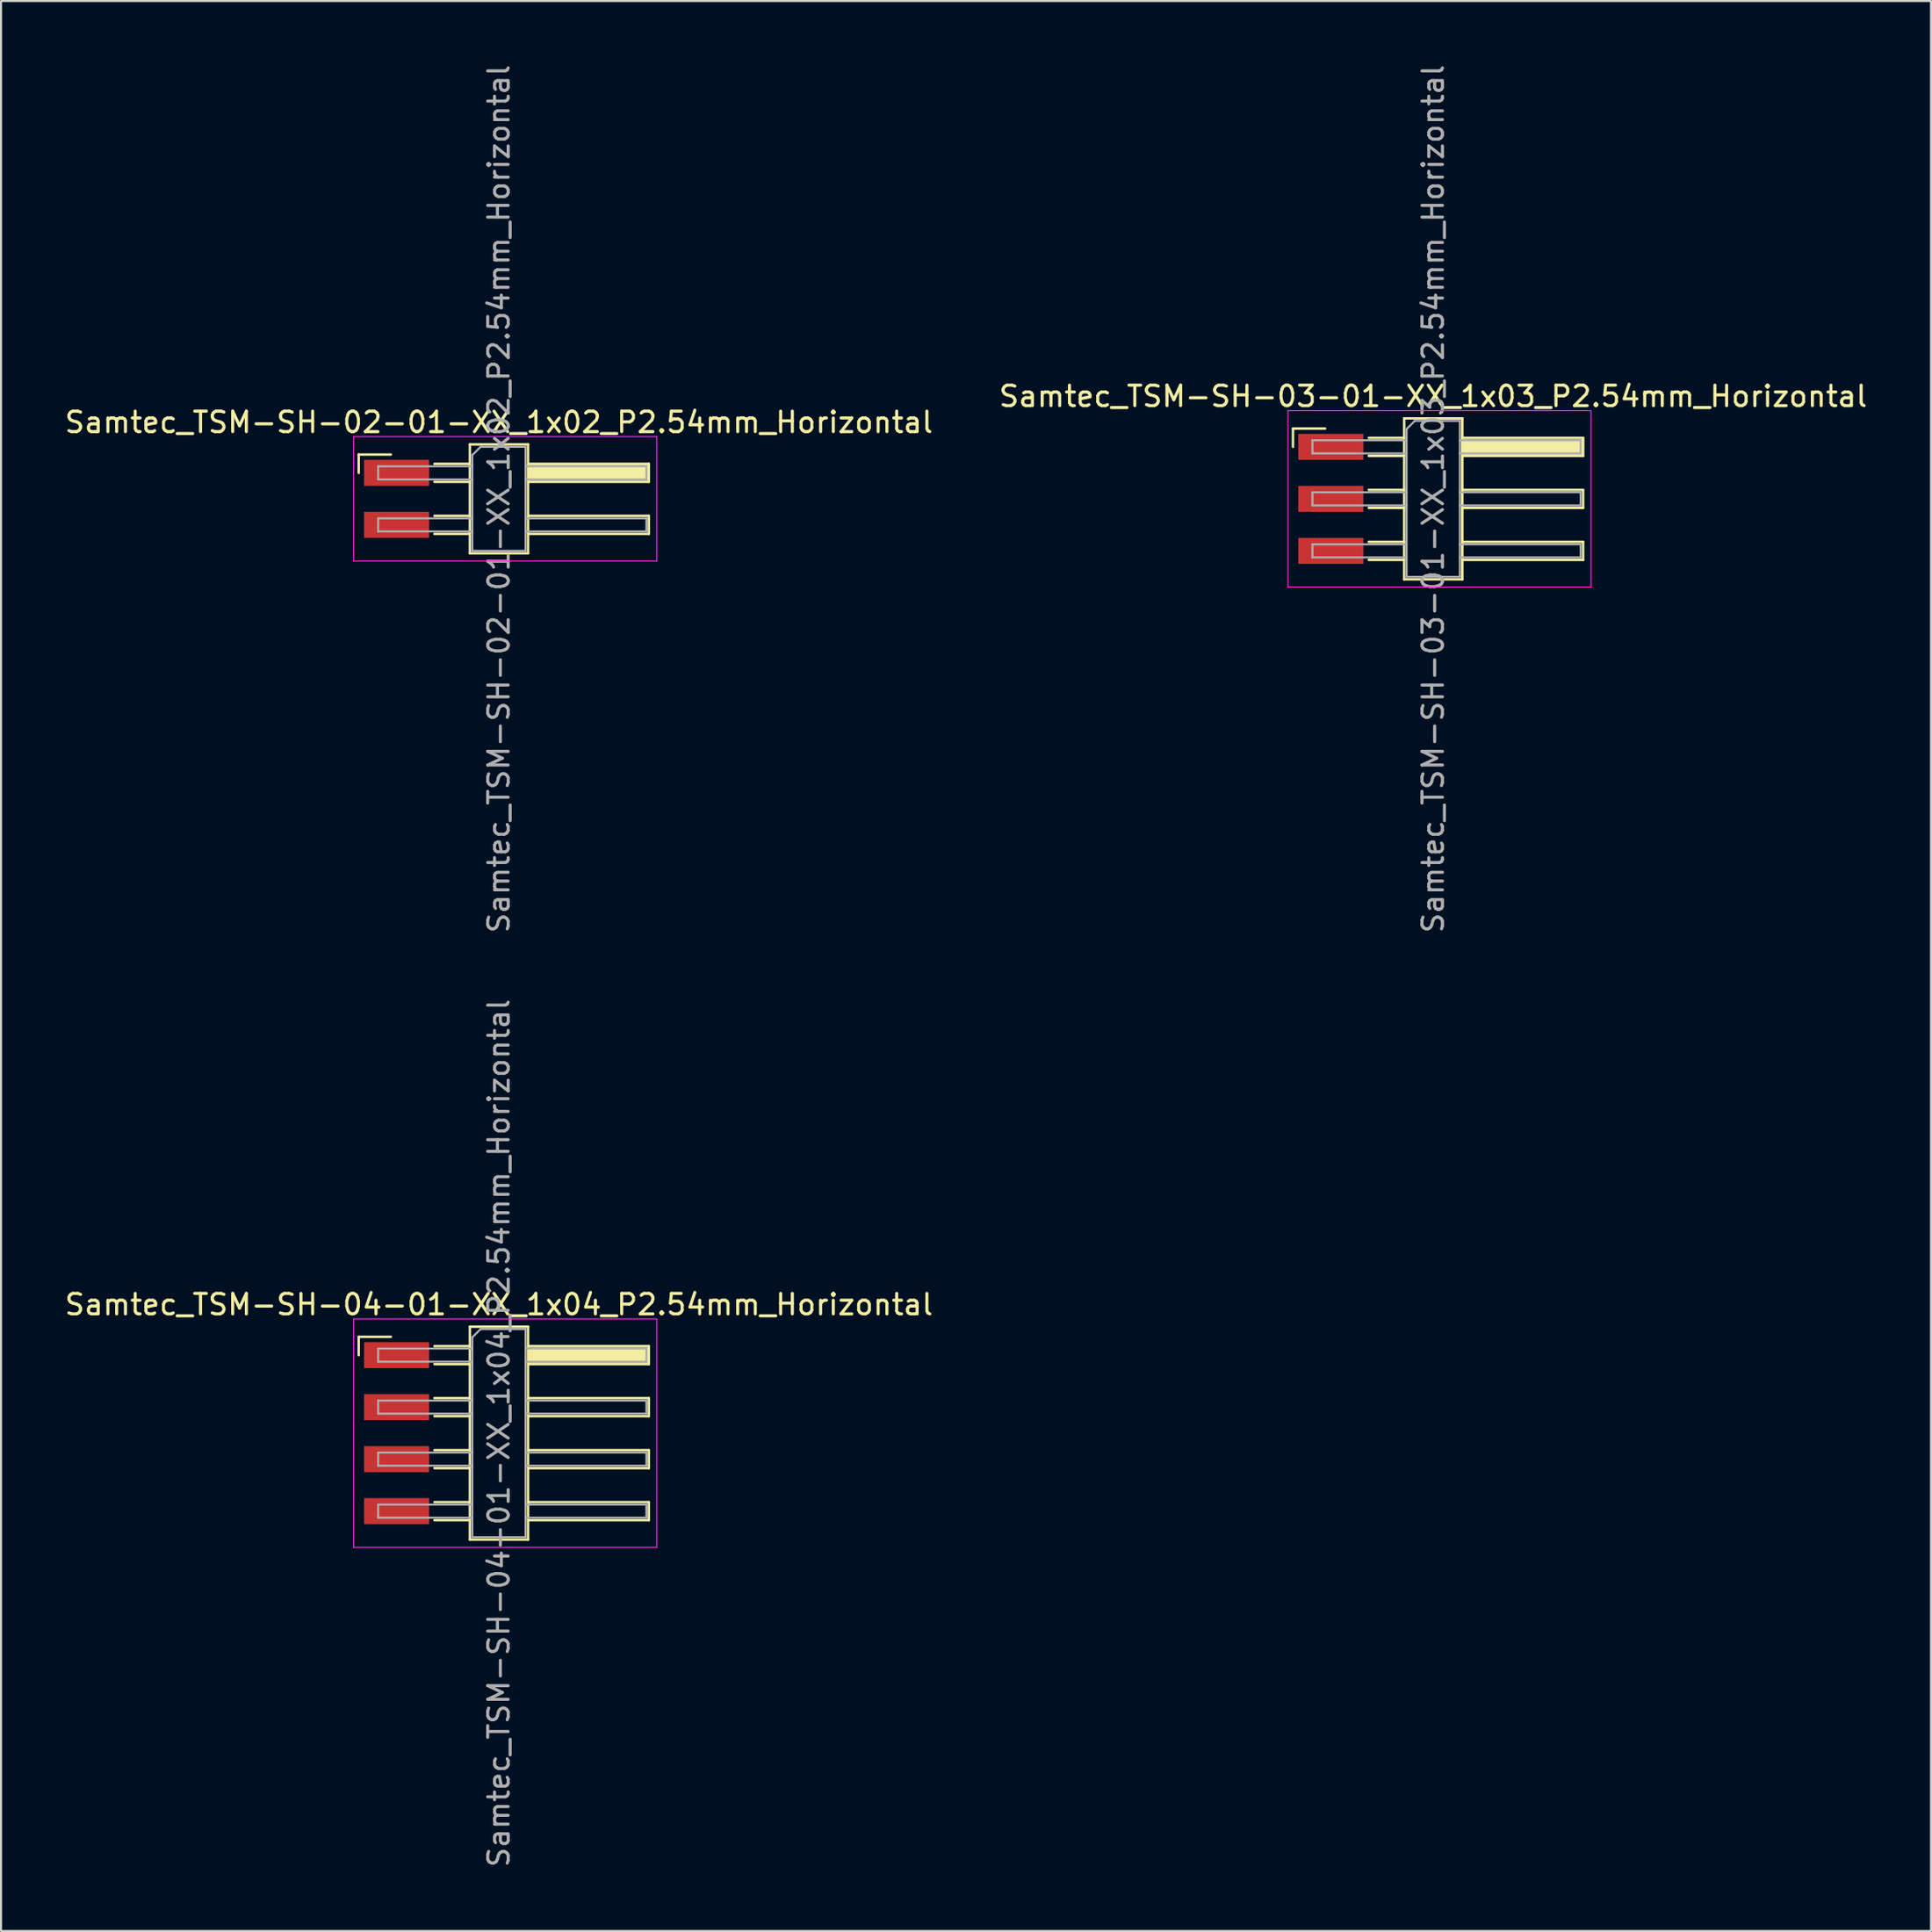
<source format=kicad_pcb>
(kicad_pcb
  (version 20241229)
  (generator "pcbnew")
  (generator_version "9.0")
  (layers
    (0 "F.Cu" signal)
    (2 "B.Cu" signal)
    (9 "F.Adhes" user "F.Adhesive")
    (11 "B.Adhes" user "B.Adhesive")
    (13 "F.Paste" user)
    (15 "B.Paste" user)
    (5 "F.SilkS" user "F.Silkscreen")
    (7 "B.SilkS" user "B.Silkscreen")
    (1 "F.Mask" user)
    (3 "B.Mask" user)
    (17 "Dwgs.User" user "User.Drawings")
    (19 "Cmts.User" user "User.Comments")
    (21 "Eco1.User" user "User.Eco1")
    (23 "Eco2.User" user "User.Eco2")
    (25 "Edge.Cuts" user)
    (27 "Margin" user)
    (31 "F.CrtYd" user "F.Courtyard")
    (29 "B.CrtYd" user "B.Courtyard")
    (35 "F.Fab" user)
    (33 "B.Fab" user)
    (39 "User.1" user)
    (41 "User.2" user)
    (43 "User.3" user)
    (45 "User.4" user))
  (footprint "Samtec_TSM-SH-03-01-XX_1x03_P2.54mm_Horizontal"
    (layer "F.Cu")
    (at 67.136 21.315)
    (property "Reference" "Samtec_TSM-SH-03-01-XX_1x03_P2.54mm_Horizontal" (at -0.19 -5.01 0) (layer "F.SilkS") (effects (font (size 1 1) (thickness 0.15))))
    (attr smd)
    (fp_line (start -7.035 -3.435) (end -5.465 -3.435) (stroke (width 0.12) (type solid)) (layer "F.SilkS"))
    (fp_line (start -7.035 -2.54) (end -7.035 -3.435) (stroke (width 0.12) (type solid)) (layer "F.SilkS"))
    (fp_line (start -3.335 -2.98) (end -1.605 -2.98) (stroke (width 0.12) (type solid)) (layer "F.SilkS"))
    (fp_line (start -3.335 -2.1) (end -1.605 -2.1) (stroke (width 0.12) (type solid)) (layer "F.SilkS"))
    (fp_line (start -3.335 -0.44) (end -1.605 -0.44) (stroke (width 0.12) (type solid)) (layer "F.SilkS"))
    (fp_line (start -3.335 0.44) (end -1.605 0.44) (stroke (width 0.12) (type solid)) (layer "F.SilkS"))
    (fp_line (start -3.335 2.1) (end -1.605 2.1) (stroke (width 0.12) (type solid)) (layer "F.SilkS"))
    (fp_line (start -3.335 2.98) (end -1.605 2.98) (stroke (width 0.12) (type solid)) (layer "F.SilkS"))
    (fp_line (start -1.605 -3.93) (end 1.235 -3.93) (stroke (width 0.12) (type solid)) (layer "F.SilkS"))
    (fp_line (start -1.605 3.93) (end -1.605 -3.93) (stroke (width 0.12) (type solid)) (layer "F.SilkS"))
    (fp_line (start 1.235 -3.93) (end 1.235 3.93) (stroke (width 0.12) (type solid)) (layer "F.SilkS"))
    (fp_line (start 1.235 -2.98) (end 7.135 -2.98) (stroke (width 0.12) (type solid)) (layer "F.SilkS"))
    (fp_line (start 1.235 -0.44) (end 7.135 -0.44) (stroke (width 0.12) (type solid)) (layer "F.SilkS"))
    (fp_line (start 1.235 2.1) (end 7.135 2.1) (stroke (width 0.12) (type solid)) (layer "F.SilkS"))
    (fp_line (start 1.235 3.93) (end -1.605 3.93) (stroke (width 0.12) (type solid)) (layer "F.SilkS"))
    (fp_line (start 7.135 -2.98) (end 7.135 -2.1) (stroke (width 0.12) (type solid)) (layer "F.SilkS"))
    (fp_line (start 7.135 -2.1) (end 1.235 -2.1) (stroke (width 0.12) (type solid)) (layer "F.SilkS"))
    (fp_line (start 7.135 -0.44) (end 7.135 0.44) (stroke (width 0.12) (type solid)) (layer "F.SilkS"))
    (fp_line (start 7.135 0.44) (end 1.235 0.44) (stroke (width 0.12) (type solid)) (layer "F.SilkS"))
    (fp_line (start 7.135 2.1) (end 7.135 2.98) (stroke (width 0.12) (type solid)) (layer "F.SilkS"))
    (fp_line (start 7.135 2.98) (end 1.235 2.98) (stroke (width 0.12) (type solid)) (layer "F.SilkS"))
    (fp_line (start -7.28 -4.31) (end 7.52 -4.31) (stroke (width 0.05) (type solid)) (layer "F.CrtYd"))
    (fp_line (start -7.28 4.31) (end -7.28 -4.31) (stroke (width 0.05) (type solid)) (layer "F.CrtYd"))
    (fp_line (start 7.52 -4.31) (end 7.52 4.31) (stroke (width 0.05) (type solid)) (layer "F.CrtYd"))
    (fp_line (start 7.52 4.31) (end -7.28 4.31) (stroke (width 0.05) (type solid)) (layer "F.CrtYd"))
    (fp_line (start -6.085 -2.86) (end -6.085 -2.22) (stroke (width 0.1) (type solid)) (layer "F.Fab"))
    (fp_line (start -6.085 -2.22) (end -1.485 -2.22) (stroke (width 0.1) (type solid)) (layer "F.Fab"))
    (fp_line (start -6.085 -0.32) (end -6.085 0.32) (stroke (width 0.1) (type solid)) (layer "F.Fab"))
    (fp_line (start -6.085 0.32) (end -1.485 0.32) (stroke (width 0.1) (type solid)) (layer "F.Fab"))
    (fp_line (start -6.085 2.22) (end -6.085 2.86) (stroke (width 0.1) (type solid)) (layer "F.Fab"))
    (fp_line (start -6.085 2.86) (end -1.485 2.86) (stroke (width 0.1) (type solid)) (layer "F.Fab"))
    (fp_line (start -1.485 -3.41) (end -1.085 -3.81) (stroke (width 0.1) (type solid)) (layer "F.Fab"))
    (fp_line (start -1.485 -2.86) (end -6.085 -2.86) (stroke (width 0.1) (type solid)) (layer "F.Fab"))
    (fp_line (start -1.485 -0.32) (end -6.085 -0.32) (stroke (width 0.1) (type solid)) (layer "F.Fab"))
    (fp_line (start -1.485 2.22) (end -6.085 2.22) (stroke (width 0.1) (type solid)) (layer "F.Fab"))
    (fp_line (start -1.485 3.81) (end -1.485 -3.41) (stroke (width 0.1) (type solid)) (layer "F.Fab"))
    (fp_line (start -1.085 -3.81) (end 1.115 -3.81) (stroke (width 0.1) (type solid)) (layer "F.Fab"))
    (fp_line (start 1.115 -3.81) (end 1.115 3.81) (stroke (width 0.1) (type solid)) (layer "F.Fab"))
    (fp_line (start 1.115 -2.86) (end 7.015 -2.86) (stroke (width 0.1) (type solid)) (layer "F.Fab"))
    (fp_line (start 1.115 -0.32) (end 7.015 -0.32) (stroke (width 0.1) (type solid)) (layer "F.Fab"))
    (fp_line (start 1.115 2.22) (end 7.015 2.22) (stroke (width 0.1) (type solid)) (layer "F.Fab"))
    (fp_line (start 1.115 3.81) (end -1.485 3.81) (stroke (width 0.1) (type solid)) (layer "F.Fab"))
    (fp_line (start 7.015 -2.86) (end 7.015 -2.22) (stroke (width 0.1) (type solid)) (layer "F.Fab"))
    (fp_line (start 7.015 -2.22) (end 1.115 -2.22) (stroke (width 0.1) (type solid)) (layer "F.Fab"))
    (fp_line (start 7.015 -0.32) (end 7.015 0.32) (stroke (width 0.1) (type solid)) (layer "F.Fab"))
    (fp_line (start 7.015 0.32) (end 1.115 0.32) (stroke (width 0.1) (type solid)) (layer "F.Fab"))
    (fp_line (start 7.015 2.22) (end 7.015 2.86) (stroke (width 0.1) (type solid)) (layer "F.Fab"))
    (fp_line (start 7.015 2.86) (end 1.115 2.86) (stroke (width 0.1) (type solid)) (layer "F.Fab"))
    (fp_text user "${REFERENCE}" (at -0.19 0 90) (layer "F.Fab") (effects (font (size 1 1) (thickness 0.15))))
    (pad "" smd rect (at 4.185 -2.54) (size 6 0.76) (layers "F.SilkS"))
    (pad "1" smd rect (at -5.185 -2.54) (size 3.18 1.27) (layers "F.Cu" "F.Mask" "F.Paste"))
    (pad "2" smd rect (at -5.185 0) (size 3.18 1.27) (layers "F.Cu" "F.Mask" "F.Paste"))
    (pad "3" smd rect (at -5.185 2.54) (size 3.18 1.27) (layers "F.Cu" "F.Mask" "F.Paste")))
  (footprint "Samtec_TSM-SH-04-01-XX_1x04_P2.54mm_Horizontal"
    (layer "F.Cu")
    (at 21.505 66.946)
    (property "Reference" "Samtec_TSM-SH-04-01-XX_1x04_P2.54mm_Horizontal" (at -0.19 -6.28 0) (layer "F.SilkS") (effects (font (size 1 1) (thickness 0.15))))
    (attr smd)
    (fp_line (start -7.035 -4.705) (end -5.465 -4.705) (stroke (width 0.12) (type solid)) (layer "F.SilkS"))
    (fp_line (start -7.035 -3.81) (end -7.035 -4.705) (stroke (width 0.12) (type solid)) (layer "F.SilkS"))
    (fp_line (start -3.335 -4.25) (end -1.605 -4.25) (stroke (width 0.12) (type solid)) (layer "F.SilkS"))
    (fp_line (start -3.335 -3.37) (end -1.605 -3.37) (stroke (width 0.12) (type solid)) (layer "F.SilkS"))
    (fp_line (start -3.335 -1.71) (end -1.605 -1.71) (stroke (width 0.12) (type solid)) (layer "F.SilkS"))
    (fp_line (start -3.335 -0.83) (end -1.605 -0.83) (stroke (width 0.12) (type solid)) (layer "F.SilkS"))
    (fp_line (start -3.335 0.83) (end -1.605 0.83) (stroke (width 0.12) (type solid)) (layer "F.SilkS"))
    (fp_line (start -3.335 1.71) (end -1.605 1.71) (stroke (width 0.12) (type solid)) (layer "F.SilkS"))
    (fp_line (start -3.335 3.37) (end -1.605 3.37) (stroke (width 0.12) (type solid)) (layer "F.SilkS"))
    (fp_line (start -3.335 4.25) (end -1.605 4.25) (stroke (width 0.12) (type solid)) (layer "F.SilkS"))
    (fp_line (start -1.605 -5.2) (end 1.235 -5.2) (stroke (width 0.12) (type solid)) (layer "F.SilkS"))
    (fp_line (start -1.605 5.2) (end -1.605 -5.2) (stroke (width 0.12) (type solid)) (layer "F.SilkS"))
    (fp_line (start 1.235 -5.2) (end 1.235 5.2) (stroke (width 0.12) (type solid)) (layer "F.SilkS"))
    (fp_line (start 1.235 -4.25) (end 7.135 -4.25) (stroke (width 0.12) (type solid)) (layer "F.SilkS"))
    (fp_line (start 1.235 -1.71) (end 7.135 -1.71) (stroke (width 0.12) (type solid)) (layer "F.SilkS"))
    (fp_line (start 1.235 0.83) (end 7.135 0.83) (stroke (width 0.12) (type solid)) (layer "F.SilkS"))
    (fp_line (start 1.235 3.37) (end 7.135 3.37) (stroke (width 0.12) (type solid)) (layer "F.SilkS"))
    (fp_line (start 1.235 5.2) (end -1.605 5.2) (stroke (width 0.12) (type solid)) (layer "F.SilkS"))
    (fp_line (start 7.135 -4.25) (end 7.135 -3.37) (stroke (width 0.12) (type solid)) (layer "F.SilkS"))
    (fp_line (start 7.135 -3.37) (end 1.235 -3.37) (stroke (width 0.12) (type solid)) (layer "F.SilkS"))
    (fp_line (start 7.135 -1.71) (end 7.135 -0.83) (stroke (width 0.12) (type solid)) (layer "F.SilkS"))
    (fp_line (start 7.135 -0.83) (end 1.235 -0.83) (stroke (width 0.12) (type solid)) (layer "F.SilkS"))
    (fp_line (start 7.135 0.83) (end 7.135 1.71) (stroke (width 0.12) (type solid)) (layer "F.SilkS"))
    (fp_line (start 7.135 1.71) (end 1.235 1.71) (stroke (width 0.12) (type solid)) (layer "F.SilkS"))
    (fp_line (start 7.135 3.37) (end 7.135 4.25) (stroke (width 0.12) (type solid)) (layer "F.SilkS"))
    (fp_line (start 7.135 4.25) (end 1.235 4.25) (stroke (width 0.12) (type solid)) (layer "F.SilkS"))
    (fp_line (start -7.28 -5.58) (end 7.52 -5.58) (stroke (width 0.05) (type solid)) (layer "F.CrtYd"))
    (fp_line (start -7.28 5.58) (end -7.28 -5.58) (stroke (width 0.05) (type solid)) (layer "F.CrtYd"))
    (fp_line (start 7.52 -5.58) (end 7.52 5.58) (stroke (width 0.05) (type solid)) (layer "F.CrtYd"))
    (fp_line (start 7.52 5.58) (end -7.28 5.58) (stroke (width 0.05) (type solid)) (layer "F.CrtYd"))
    (fp_line (start -6.085 -4.13) (end -6.085 -3.49) (stroke (width 0.1) (type solid)) (layer "F.Fab"))
    (fp_line (start -6.085 -3.49) (end -1.485 -3.49) (stroke (width 0.1) (type solid)) (layer "F.Fab"))
    (fp_line (start -6.085 -1.59) (end -6.085 -0.95) (stroke (width 0.1) (type solid)) (layer "F.Fab"))
    (fp_line (start -6.085 -0.95) (end -1.485 -0.95) (stroke (width 0.1) (type solid)) (layer "F.Fab"))
    (fp_line (start -6.085 0.95) (end -6.085 1.59) (stroke (width 0.1) (type solid)) (layer "F.Fab"))
    (fp_line (start -6.085 1.59) (end -1.485 1.59) (stroke (width 0.1) (type solid)) (layer "F.Fab"))
    (fp_line (start -6.085 3.49) (end -6.085 4.13) (stroke (width 0.1) (type solid)) (layer "F.Fab"))
    (fp_line (start -6.085 4.13) (end -1.485 4.13) (stroke (width 0.1) (type solid)) (layer "F.Fab"))
    (fp_line (start -1.485 -4.68) (end -1.085 -5.08) (stroke (width 0.1) (type solid)) (layer "F.Fab"))
    (fp_line (start -1.485 -4.13) (end -6.085 -4.13) (stroke (width 0.1) (type solid)) (layer "F.Fab"))
    (fp_line (start -1.485 -1.59) (end -6.085 -1.59) (stroke (width 0.1) (type solid)) (layer "F.Fab"))
    (fp_line (start -1.485 0.95) (end -6.085 0.95) (stroke (width 0.1) (type solid)) (layer "F.Fab"))
    (fp_line (start -1.485 3.49) (end -6.085 3.49) (stroke (width 0.1) (type solid)) (layer "F.Fab"))
    (fp_line (start -1.485 5.08) (end -1.485 -4.68) (stroke (width 0.1) (type solid)) (layer "F.Fab"))
    (fp_line (start -1.085 -5.08) (end 1.115 -5.08) (stroke (width 0.1) (type solid)) (layer "F.Fab"))
    (fp_line (start 1.115 -5.08) (end 1.115 5.08) (stroke (width 0.1) (type solid)) (layer "F.Fab"))
    (fp_line (start 1.115 -4.13) (end 7.015 -4.13) (stroke (width 0.1) (type solid)) (layer "F.Fab"))
    (fp_line (start 1.115 -1.59) (end 7.015 -1.59) (stroke (width 0.1) (type solid)) (layer "F.Fab"))
    (fp_line (start 1.115 0.95) (end 7.015 0.95) (stroke (width 0.1) (type solid)) (layer "F.Fab"))
    (fp_line (start 1.115 3.49) (end 7.015 3.49) (stroke (width 0.1) (type solid)) (layer "F.Fab"))
    (fp_line (start 1.115 5.08) (end -1.485 5.08) (stroke (width 0.1) (type solid)) (layer "F.Fab"))
    (fp_line (start 7.015 -4.13) (end 7.015 -3.49) (stroke (width 0.1) (type solid)) (layer "F.Fab"))
    (fp_line (start 7.015 -3.49) (end 1.115 -3.49) (stroke (width 0.1) (type solid)) (layer "F.Fab"))
    (fp_line (start 7.015 -1.59) (end 7.015 -0.95) (stroke (width 0.1) (type solid)) (layer "F.Fab"))
    (fp_line (start 7.015 -0.95) (end 1.115 -0.95) (stroke (width 0.1) (type solid)) (layer "F.Fab"))
    (fp_line (start 7.015 0.95) (end 7.015 1.59) (stroke (width 0.1) (type solid)) (layer "F.Fab"))
    (fp_line (start 7.015 1.59) (end 1.115 1.59) (stroke (width 0.1) (type solid)) (layer "F.Fab"))
    (fp_line (start 7.015 3.49) (end 7.015 4.13) (stroke (width 0.1) (type solid)) (layer "F.Fab"))
    (fp_line (start 7.015 4.13) (end 1.115 4.13) (stroke (width 0.1) (type solid)) (layer "F.Fab"))
    (fp_text user "${REFERENCE}" (at -0.19 0 90) (layer "F.Fab") (effects (font (size 1 1) (thickness 0.15))))
    (pad "" smd rect (at 4.185 -3.81) (size 6 0.76) (layers "F.SilkS"))
    (pad "1" smd rect (at -5.185 -3.81) (size 3.18 1.27) (layers "F.Cu" "F.Mask" "F.Paste"))
    (pad "2" smd rect (at -5.185 -1.27) (size 3.18 1.27) (layers "F.Cu" "F.Mask" "F.Paste"))
    (pad "3" smd rect (at -5.185 1.27) (size 3.18 1.27) (layers "F.Cu" "F.Mask" "F.Paste"))
    (pad "4" smd rect (at -5.185 3.81) (size 3.18 1.27) (layers "F.Cu" "F.Mask" "F.Paste")))
  (footprint "Samtec_TSM-SH-02-01-XX_1x02_P2.54mm_Horizontal"
    (layer "F.Cu")
    (at 21.505 21.315)
    (property "Reference" "Samtec_TSM-SH-02-01-XX_1x02_P2.54mm_Horizontal" (at -0.19 -3.74 0) (layer "F.SilkS") (effects (font (size 1 1) (thickness 0.15))))
    (attr smd)
    (fp_line (start -7.035 -2.165) (end -5.465 -2.165) (stroke (width 0.12) (type solid)) (layer "F.SilkS"))
    (fp_line (start -7.035 -1.27) (end -7.035 -2.165) (stroke (width 0.12) (type solid)) (layer "F.SilkS"))
    (fp_line (start -3.335 -1.71) (end -1.605 -1.71) (stroke (width 0.12) (type solid)) (layer "F.SilkS"))
    (fp_line (start -3.335 -0.83) (end -1.605 -0.83) (stroke (width 0.12) (type solid)) (layer "F.SilkS"))
    (fp_line (start -3.335 0.83) (end -1.605 0.83) (stroke (width 0.12) (type solid)) (layer "F.SilkS"))
    (fp_line (start -3.335 1.71) (end -1.605 1.71) (stroke (width 0.12) (type solid)) (layer "F.SilkS"))
    (fp_line (start -1.605 -2.66) (end 1.235 -2.66) (stroke (width 0.12) (type solid)) (layer "F.SilkS"))
    (fp_line (start -1.605 2.66) (end -1.605 -2.66) (stroke (width 0.12) (type solid)) (layer "F.SilkS"))
    (fp_line (start 1.235 -2.66) (end 1.235 2.66) (stroke (width 0.12) (type solid)) (layer "F.SilkS"))
    (fp_line (start 1.235 -1.71) (end 7.135 -1.71) (stroke (width 0.12) (type solid)) (layer "F.SilkS"))
    (fp_line (start 1.235 0.83) (end 7.135 0.83) (stroke (width 0.12) (type solid)) (layer "F.SilkS"))
    (fp_line (start 1.235 2.66) (end -1.605 2.66) (stroke (width 0.12) (type solid)) (layer "F.SilkS"))
    (fp_line (start 7.135 -1.71) (end 7.135 -0.83) (stroke (width 0.12) (type solid)) (layer "F.SilkS"))
    (fp_line (start 7.135 -0.83) (end 1.235 -0.83) (stroke (width 0.12) (type solid)) (layer "F.SilkS"))
    (fp_line (start 7.135 0.83) (end 7.135 1.71) (stroke (width 0.12) (type solid)) (layer "F.SilkS"))
    (fp_line (start 7.135 1.71) (end 1.235 1.71) (stroke (width 0.12) (type solid)) (layer "F.SilkS"))
    (fp_line (start -7.28 -3.04) (end 7.52 -3.04) (stroke (width 0.05) (type solid)) (layer "F.CrtYd"))
    (fp_line (start -7.28 3.04) (end -7.28 -3.04) (stroke (width 0.05) (type solid)) (layer "F.CrtYd"))
    (fp_line (start 7.52 -3.04) (end 7.52 3.04) (stroke (width 0.05) (type solid)) (layer "F.CrtYd"))
    (fp_line (start 7.52 3.04) (end -7.28 3.04) (stroke (width 0.05) (type solid)) (layer "F.CrtYd"))
    (fp_line (start -6.085 -1.59) (end -6.085 -0.95) (stroke (width 0.1) (type solid)) (layer "F.Fab"))
    (fp_line (start -6.085 -0.95) (end -1.485 -0.95) (stroke (width 0.1) (type solid)) (layer "F.Fab"))
    (fp_line (start -6.085 0.95) (end -6.085 1.59) (stroke (width 0.1) (type solid)) (layer "F.Fab"))
    (fp_line (start -6.085 1.59) (end -1.485 1.59) (stroke (width 0.1) (type solid)) (layer "F.Fab"))
    (fp_line (start -1.485 -2.14) (end -1.085 -2.54) (stroke (width 0.1) (type solid)) (layer "F.Fab"))
    (fp_line (start -1.485 -1.59) (end -6.085 -1.59) (stroke (width 0.1) (type solid)) (layer "F.Fab"))
    (fp_line (start -1.485 0.95) (end -6.085 0.95) (stroke (width 0.1) (type solid)) (layer "F.Fab"))
    (fp_line (start -1.485 2.54) (end -1.485 -2.14) (stroke (width 0.1) (type solid)) (layer "F.Fab"))
    (fp_line (start -1.085 -2.54) (end 1.115 -2.54) (stroke (width 0.1) (type solid)) (layer "F.Fab"))
    (fp_line (start 1.115 -2.54) (end 1.115 2.54) (stroke (width 0.1) (type solid)) (layer "F.Fab"))
    (fp_line (start 1.115 -1.59) (end 7.015 -1.59) (stroke (width 0.1) (type solid)) (layer "F.Fab"))
    (fp_line (start 1.115 0.95) (end 7.015 0.95) (stroke (width 0.1) (type solid)) (layer "F.Fab"))
    (fp_line (start 1.115 2.54) (end -1.485 2.54) (stroke (width 0.1) (type solid)) (layer "F.Fab"))
    (fp_line (start 7.015 -1.59) (end 7.015 -0.95) (stroke (width 0.1) (type solid)) (layer "F.Fab"))
    (fp_line (start 7.015 -0.95) (end 1.115 -0.95) (stroke (width 0.1) (type solid)) (layer "F.Fab"))
    (fp_line (start 7.015 0.95) (end 7.015 1.59) (stroke (width 0.1) (type solid)) (layer "F.Fab"))
    (fp_line (start 7.015 1.59) (end 1.115 1.59) (stroke (width 0.1) (type solid)) (layer "F.Fab"))
    (fp_text user "${REFERENCE}" (at -0.19 0 90) (layer "F.Fab") (effects (font (size 1 1) (thickness 0.15))))
    (pad "" smd rect (at 4.185 -1.27) (size 6 0.76) (layers "F.SilkS"))
    (pad "1" smd rect (at -5.185 -1.27) (size 3.18 1.27) (layers "F.Cu" "F.Mask" "F.Paste"))
    (pad "2" smd rect (at -5.185 1.27) (size 3.18 1.27) (layers "F.Cu" "F.Mask" "F.Paste")))
  (gr_rect
    (start -3 -3)
    (end 91.262 91.262)
    (stroke (width 0.1) (type default))
    (fill no)
    (layer "Edge.Cuts")))
</source>
